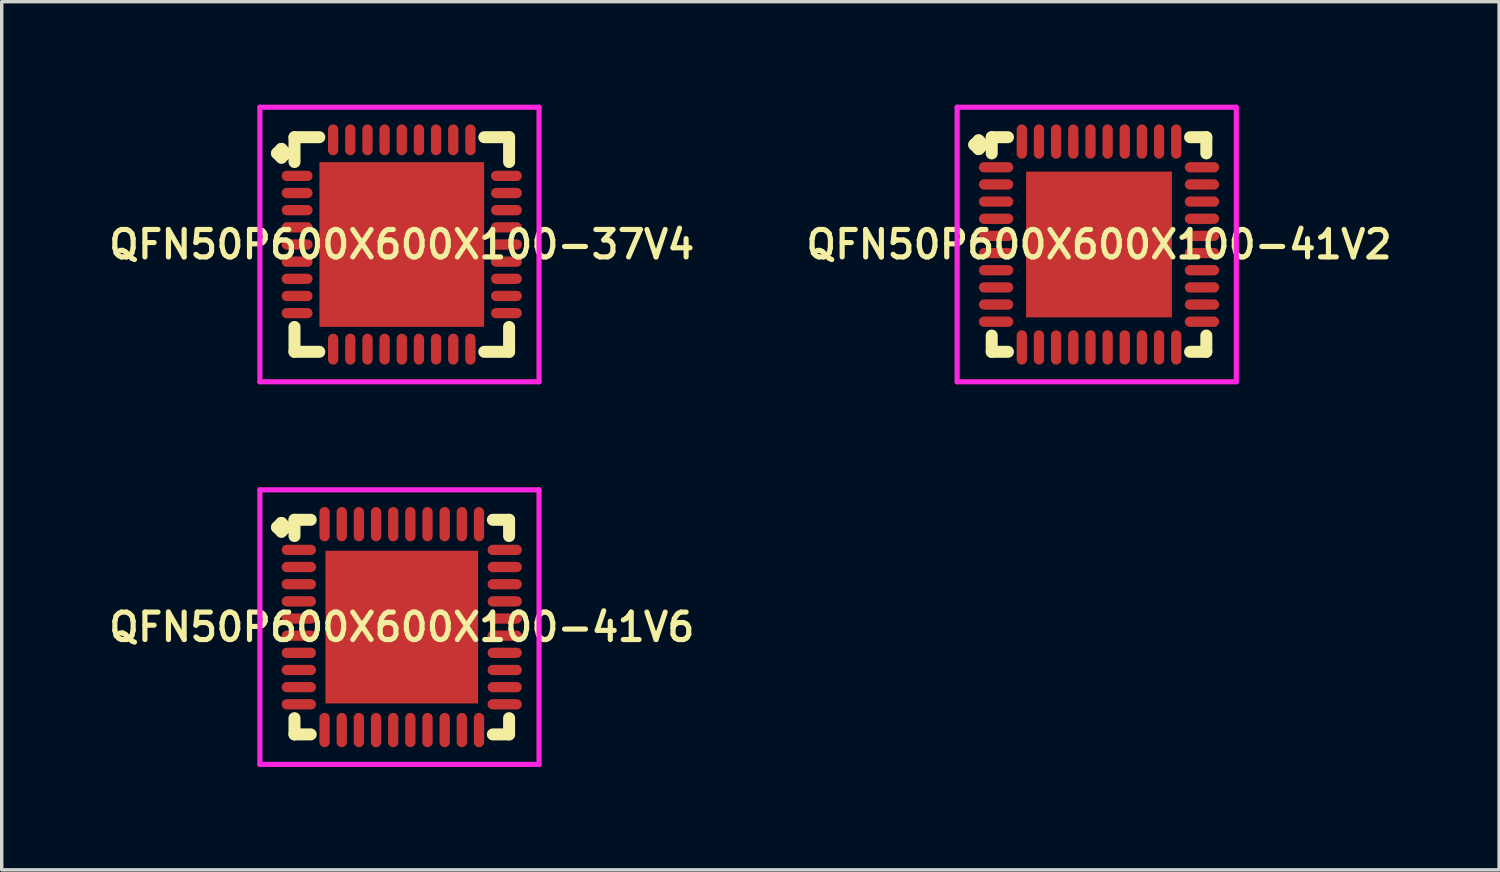
<source format=kicad_pcb>
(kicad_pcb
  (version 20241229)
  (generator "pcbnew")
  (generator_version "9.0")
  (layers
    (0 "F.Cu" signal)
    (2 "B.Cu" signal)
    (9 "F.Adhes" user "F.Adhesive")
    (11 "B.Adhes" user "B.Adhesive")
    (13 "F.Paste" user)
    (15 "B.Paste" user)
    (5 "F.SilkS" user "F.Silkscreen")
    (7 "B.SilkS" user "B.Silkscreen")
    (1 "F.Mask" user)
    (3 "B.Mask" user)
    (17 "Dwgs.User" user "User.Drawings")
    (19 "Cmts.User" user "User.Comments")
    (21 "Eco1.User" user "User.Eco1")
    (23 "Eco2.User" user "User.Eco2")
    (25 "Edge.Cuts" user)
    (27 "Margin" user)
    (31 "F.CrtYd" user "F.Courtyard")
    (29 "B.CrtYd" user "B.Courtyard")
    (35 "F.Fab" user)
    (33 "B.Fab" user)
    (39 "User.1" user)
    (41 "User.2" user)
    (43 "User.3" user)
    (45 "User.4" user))
  (footprint "QFN50P600X600X100-37V4"
    (layer "F.Cu")
    (at 8.659 4.075)
    (property "Reference" "QFN50P600X600X100-37V4" (at 0 0 0) (layer "F.SilkS") (effects (font (size 0.8 0.8) (thickness 0.15))))
    (attr smd)
    (fp_line (start -3.635 -2.658) (end -3.508 -2.785) (stroke (width 0.35) (type solid)) (layer "F.SilkS"))
    (fp_line (start -3.508 -2.785) (end -3.381 -2.658) (stroke (width 0.35) (type solid)) (layer "F.SilkS"))
    (fp_line (start -3.508 -2.531) (end -3.635 -2.658) (stroke (width 0.35) (type solid)) (layer "F.SilkS"))
    (fp_line (start -3.381 -2.658) (end -3.508 -2.531) (stroke (width 0.35) (type solid)) (layer "F.SilkS"))
    (fp_line (start -3.127 -3.127) (end -2.404 -3.127) (stroke (width 0.35) (type solid)) (layer "F.SilkS"))
    (fp_line (start -3.127 -2.404) (end -3.127 -3.127) (stroke (width 0.35) (type solid)) (layer "F.SilkS"))
    (fp_line (start -3.127 2.404) (end -3.127 3.127) (stroke (width 0.35) (type solid)) (layer "F.SilkS"))
    (fp_line (start -3.127 3.127) (end -2.404 3.127) (stroke (width 0.35) (type solid)) (layer "F.SilkS"))
    (fp_line (start 2.404 -3.127) (end 3.127 -3.127) (stroke (width 0.35) (type solid)) (layer "F.SilkS"))
    (fp_line (start 2.404 3.127) (end 3.127 3.127) (stroke (width 0.35) (type solid)) (layer "F.SilkS"))
    (fp_line (start 3.127 -3.127) (end 3.127 -2.404) (stroke (width 0.35) (type solid)) (layer "F.SilkS"))
    (fp_line (start 3.127 3.127) (end 3.127 2.404) (stroke (width 0.35) (type solid)) (layer "F.SilkS"))
    (fp_line (start -4.135 -4) (end 4 -4) (stroke (width 0.15) (type solid)) (layer "F.CrtYd"))
    (fp_line (start -4.135 4) (end -4.135 -4) (stroke (width 0.15) (type solid)) (layer "F.CrtYd"))
    (fp_line (start 4 -4) (end 4 4) (stroke (width 0.15) (type solid)) (layer "F.CrtYd"))
    (fp_line (start 4 4) (end -4.135 4) (stroke (width 0.15) (type solid)) (layer "F.CrtYd"))
    (pad "1" smd oval (at -3.05 -2) (size 0.9 0.3) (layers "F.Cu" "F.Mask" "F.Paste"))
    (pad "2" smd oval (at -3.05 -1.5) (size 0.9 0.3) (layers "F.Cu" "F.Mask" "F.Paste"))
    (pad "3" smd oval (at -3.05 -1) (size 0.9 0.3) (layers "F.Cu" "F.Mask" "F.Paste"))
    (pad "4" smd oval (at -3.05 -0.5) (size 0.9 0.3) (layers "F.Cu" "F.Mask" "F.Paste"))
    (pad "5" smd oval (at -3.05 0) (size 0.9 0.3) (layers "F.Cu" "F.Mask" "F.Paste"))
    (pad "6" smd oval (at -3.05 0.5) (size 0.9 0.3) (layers "F.Cu" "F.Mask" "F.Paste"))
    (pad "7" smd oval (at -3.05 1) (size 0.9 0.3) (layers "F.Cu" "F.Mask" "F.Paste"))
    (pad "8" smd oval (at -3.05 1.5) (size 0.9 0.3) (layers "F.Cu" "F.Mask" "F.Paste"))
    (pad "9" smd oval (at -3.05 2) (size 0.9 0.3) (layers "F.Cu" "F.Mask" "F.Paste"))
    (pad "10" smd oval (at -2 3.05) (size 0.3 0.9) (layers "F.Cu" "F.Mask" "F.Paste"))
    (pad "11" smd oval (at -1.5 3.05) (size 0.3 0.9) (layers "F.Cu" "F.Mask" "F.Paste"))
    (pad "12" smd oval (at -1 3.05) (size 0.3 0.9) (layers "F.Cu" "F.Mask" "F.Paste"))
    (pad "13" smd oval (at -0.5 3.05) (size 0.3 0.9) (layers "F.Cu" "F.Mask" "F.Paste"))
    (pad "14" smd oval (at 0 3.05) (size 0.3 0.9) (layers "F.Cu" "F.Mask" "F.Paste"))
    (pad "15" smd oval (at 0.5 3.05) (size 0.3 0.9) (layers "F.Cu" "F.Mask" "F.Paste"))
    (pad "16" smd oval (at 1 3.05) (size 0.3 0.9) (layers "F.Cu" "F.Mask" "F.Paste"))
    (pad "17" smd oval (at 1.5 3.05) (size 0.3 0.9) (layers "F.Cu" "F.Mask" "F.Paste"))
    (pad "18" smd oval (at 2 3.05) (size 0.3 0.9) (layers "F.Cu" "F.Mask" "F.Paste"))
    (pad "19" smd oval (at 3.05 2) (size 0.9 0.3) (layers "F.Cu" "F.Mask" "F.Paste"))
    (pad "20" smd oval (at 3.05 1.5) (size 0.9 0.3) (layers "F.Cu" "F.Mask" "F.Paste"))
    (pad "21" smd oval (at 3.05 1) (size 0.9 0.3) (layers "F.Cu" "F.Mask" "F.Paste"))
    (pad "22" smd oval (at 3.05 0.5) (size 0.9 0.3) (layers "F.Cu" "F.Mask" "F.Paste"))
    (pad "23" smd oval (at 3.05 0) (size 0.9 0.3) (layers "F.Cu" "F.Mask" "F.Paste"))
    (pad "24" smd oval (at 3.05 -0.5) (size 0.9 0.3) (layers "F.Cu" "F.Mask" "F.Paste"))
    (pad "25" smd oval (at 3.05 -1) (size 0.9 0.3) (layers "F.Cu" "F.Mask" "F.Paste"))
    (pad "26" smd oval (at 3.05 -1.5) (size 0.9 0.3) (layers "F.Cu" "F.Mask" "F.Paste"))
    (pad "27" smd oval (at 3.05 -2) (size 0.9 0.3) (layers "F.Cu" "F.Mask" "F.Paste"))
    (pad "28" smd oval (at 2 -3.05) (size 0.3 0.9) (layers "F.Cu" "F.Mask" "F.Paste"))
    (pad "29" smd oval (at 1.5 -3.05) (size 0.3 0.9) (layers "F.Cu" "F.Mask" "F.Paste"))
    (pad "30" smd oval (at 1 -3.05) (size 0.3 0.9) (layers "F.Cu" "F.Mask" "F.Paste"))
    (pad "31" smd oval (at 0.5 -3.05) (size 0.3 0.9) (layers "F.Cu" "F.Mask" "F.Paste"))
    (pad "32" smd oval (at 0 -3.05) (size 0.3 0.9) (layers "F.Cu" "F.Mask" "F.Paste"))
    (pad "33" smd oval (at -0.5 -3.05) (size 0.3 0.9) (layers "F.Cu" "F.Mask" "F.Paste"))
    (pad "34" smd oval (at -1 -3.05) (size 0.3 0.9) (layers "F.Cu" "F.Mask" "F.Paste"))
    (pad "35" smd oval (at -1.5 -3.05) (size 0.3 0.9) (layers "F.Cu" "F.Mask" "F.Paste"))
    (pad "36" smd oval (at -2 -3.05) (size 0.3 0.9) (layers "F.Cu" "F.Mask" "F.Paste"))
    (pad "37" smd rect (at 0 0) (size 4.8 4.8) (layers "F.Cu" "F.Mask" "F.Paste")))
  (footprint "QFN50P600X600X100-41V2"
    (layer "F.Cu")
    (at 28.978 4.075)
    (property "Reference" "QFN50P600X600X100-41V2" (at 0 0 0) (layer "F.SilkS") (effects (font (size 0.8 0.8) (thickness 0.15))))
    (attr smd)
    (fp_line (start -3.635 -2.908) (end -3.508 -3.035) (stroke (width 0.35) (type solid)) (layer "F.SilkS"))
    (fp_line (start -3.508 -3.035) (end -3.381 -2.908) (stroke (width 0.35) (type solid)) (layer "F.SilkS"))
    (fp_line (start -3.508 -2.781) (end -3.635 -2.908) (stroke (width 0.35) (type solid)) (layer "F.SilkS"))
    (fp_line (start -3.381 -2.908) (end -3.508 -2.781) (stroke (width 0.35) (type solid)) (layer "F.SilkS"))
    (fp_line (start -3.127 -3.127) (end -2.654 -3.127) (stroke (width 0.35) (type solid)) (layer "F.SilkS"))
    (fp_line (start -3.127 -2.654) (end -3.127 -3.127) (stroke (width 0.35) (type solid)) (layer "F.SilkS"))
    (fp_line (start -3.127 2.654) (end -3.127 3.127) (stroke (width 0.35) (type solid)) (layer "F.SilkS"))
    (fp_line (start -3.127 3.127) (end -2.654 3.127) (stroke (width 0.35) (type solid)) (layer "F.SilkS"))
    (fp_line (start 2.654 -3.127) (end 3.127 -3.127) (stroke (width 0.35) (type solid)) (layer "F.SilkS"))
    (fp_line (start 2.654 3.127) (end 3.127 3.127) (stroke (width 0.35) (type solid)) (layer "F.SilkS"))
    (fp_line (start 3.127 -3.127) (end 3.127 -2.654) (stroke (width 0.35) (type solid)) (layer "F.SilkS"))
    (fp_line (start 3.127 3.127) (end 3.127 2.654) (stroke (width 0.35) (type solid)) (layer "F.SilkS"))
    (fp_line (start -4.135 -4) (end 4 -4) (stroke (width 0.15) (type solid)) (layer "F.CrtYd"))
    (fp_line (start -4.135 4) (end -4.135 -4) (stroke (width 0.15) (type solid)) (layer "F.CrtYd"))
    (fp_line (start 4 -4) (end 4 4) (stroke (width 0.15) (type solid)) (layer "F.CrtYd"))
    (fp_line (start 4 4) (end -4.135 4) (stroke (width 0.15) (type solid)) (layer "F.CrtYd"))
    (pad "1" smd oval (at -3 -2.25) (size 1 0.3) (layers "F.Cu" "F.Mask" "F.Paste"))
    (pad "2" smd oval (at -3 -1.75) (size 1 0.3) (layers "F.Cu" "F.Mask" "F.Paste"))
    (pad "3" smd oval (at -3 -1.25) (size 1 0.3) (layers "F.Cu" "F.Mask" "F.Paste"))
    (pad "4" smd oval (at -3 -0.75) (size 1 0.3) (layers "F.Cu" "F.Mask" "F.Paste"))
    (pad "5" smd oval (at -3 -0.25) (size 1 0.3) (layers "F.Cu" "F.Mask" "F.Paste"))
    (pad "6" smd oval (at -3 0.25) (size 1 0.3) (layers "F.Cu" "F.Mask" "F.Paste"))
    (pad "7" smd oval (at -3 0.75) (size 1 0.3) (layers "F.Cu" "F.Mask" "F.Paste"))
    (pad "8" smd oval (at -3 1.25) (size 1 0.3) (layers "F.Cu" "F.Mask" "F.Paste"))
    (pad "9" smd oval (at -3 1.75) (size 1 0.3) (layers "F.Cu" "F.Mask" "F.Paste"))
    (pad "10" smd oval (at -3 2.25) (size 1 0.3) (layers "F.Cu" "F.Mask" "F.Paste"))
    (pad "11" smd oval (at -2.25 3) (size 0.3 1) (layers "F.Cu" "F.Mask" "F.Paste"))
    (pad "12" smd oval (at -1.75 3) (size 0.3 1) (layers "F.Cu" "F.Mask" "F.Paste"))
    (pad "13" smd oval (at -1.25 3) (size 0.3 1) (layers "F.Cu" "F.Mask" "F.Paste"))
    (pad "14" smd oval (at -0.75 3) (size 0.3 1) (layers "F.Cu" "F.Mask" "F.Paste"))
    (pad "15" smd oval (at -0.25 3) (size 0.3 1) (layers "F.Cu" "F.Mask" "F.Paste"))
    (pad "16" smd oval (at 0.25 3) (size 0.3 1) (layers "F.Cu" "F.Mask" "F.Paste"))
    (pad "17" smd oval (at 0.75 3) (size 0.3 1) (layers "F.Cu" "F.Mask" "F.Paste"))
    (pad "18" smd oval (at 1.25 3) (size 0.3 1) (layers "F.Cu" "F.Mask" "F.Paste"))
    (pad "19" smd oval (at 1.75 3) (size 0.3 1) (layers "F.Cu" "F.Mask" "F.Paste"))
    (pad "20" smd oval (at 2.25 3) (size 0.3 1) (layers "F.Cu" "F.Mask" "F.Paste"))
    (pad "21" smd oval (at 3 2.25) (size 1 0.3) (layers "F.Cu" "F.Mask" "F.Paste"))
    (pad "22" smd oval (at 3 1.75) (size 1 0.3) (layers "F.Cu" "F.Mask" "F.Paste"))
    (pad "23" smd oval (at 3 1.25) (size 1 0.3) (layers "F.Cu" "F.Mask" "F.Paste"))
    (pad "24" smd oval (at 3 0.75) (size 1 0.3) (layers "F.Cu" "F.Mask" "F.Paste"))
    (pad "25" smd oval (at 3 0.25) (size 1 0.3) (layers "F.Cu" "F.Mask" "F.Paste"))
    (pad "26" smd oval (at 3 -0.25) (size 1 0.3) (layers "F.Cu" "F.Mask" "F.Paste"))
    (pad "27" smd oval (at 3 -0.75) (size 1 0.3) (layers "F.Cu" "F.Mask" "F.Paste"))
    (pad "28" smd oval (at 3 -1.25) (size 1 0.3) (layers "F.Cu" "F.Mask" "F.Paste"))
    (pad "29" smd oval (at 3 -1.75) (size 1 0.3) (layers "F.Cu" "F.Mask" "F.Paste"))
    (pad "30" smd oval (at 3 -2.25) (size 1 0.3) (layers "F.Cu" "F.Mask" "F.Paste"))
    (pad "31" smd oval (at 2.25 -3) (size 0.3 1) (layers "F.Cu" "F.Mask" "F.Paste"))
    (pad "32" smd oval (at 1.75 -3) (size 0.3 1) (layers "F.Cu" "F.Mask" "F.Paste"))
    (pad "33" smd oval (at 1.25 -3) (size 0.3 1) (layers "F.Cu" "F.Mask" "F.Paste"))
    (pad "34" smd oval (at 0.75 -3) (size 0.3 1) (layers "F.Cu" "F.Mask" "F.Paste"))
    (pad "35" smd oval (at 0.25 -3) (size 0.3 1) (layers "F.Cu" "F.Mask" "F.Paste"))
    (pad "36" smd oval (at -0.25 -3) (size 0.3 1) (layers "F.Cu" "F.Mask" "F.Paste"))
    (pad "37" smd oval (at -0.75 -3) (size 0.3 1) (layers "F.Cu" "F.Mask" "F.Paste"))
    (pad "38" smd oval (at -1.25 -3) (size 0.3 1) (layers "F.Cu" "F.Mask" "F.Paste"))
    (pad "39" smd oval (at -1.75 -3) (size 0.3 1) (layers "F.Cu" "F.Mask" "F.Paste"))
    (pad "40" smd oval (at -2.25 -3) (size 0.3 1) (layers "F.Cu" "F.Mask" "F.Paste"))
    (pad "41" smd rect (at 0 0) (size 4.25 4.25) (layers "F.Cu" "F.Mask" "F.Paste")))
  (footprint "QFN50P600X600X100-41V6"
    (layer "F.Cu")
    (at 8.659 15.225)
    (property "Reference" "QFN50P600X600X100-41V6" (at 0 0 0) (layer "F.SilkS") (effects (font (size 0.8 0.8) (thickness 0.15))))
    (attr smd)
    (fp_line (start -3.635 -2.908) (end -3.508 -3.035) (stroke (width 0.35) (type solid)) (layer "F.SilkS"))
    (fp_line (start -3.508 -3.035) (end -3.381 -2.908) (stroke (width 0.35) (type solid)) (layer "F.SilkS"))
    (fp_line (start -3.508 -2.781) (end -3.635 -2.908) (stroke (width 0.35) (type solid)) (layer "F.SilkS"))
    (fp_line (start -3.381 -2.908) (end -3.508 -2.781) (stroke (width 0.35) (type solid)) (layer "F.SilkS"))
    (fp_line (start -3.127 -3.127) (end -2.654 -3.127) (stroke (width 0.35) (type solid)) (layer "F.SilkS"))
    (fp_line (start -3.127 -2.654) (end -3.127 -3.127) (stroke (width 0.35) (type solid)) (layer "F.SilkS"))
    (fp_line (start -3.127 2.654) (end -3.127 3.127) (stroke (width 0.35) (type solid)) (layer "F.SilkS"))
    (fp_line (start -3.127 3.127) (end -2.654 3.127) (stroke (width 0.35) (type solid)) (layer "F.SilkS"))
    (fp_line (start 2.654 -3.127) (end 3.127 -3.127) (stroke (width 0.35) (type solid)) (layer "F.SilkS"))
    (fp_line (start 2.654 3.127) (end 3.127 3.127) (stroke (width 0.35) (type solid)) (layer "F.SilkS"))
    (fp_line (start 3.127 -3.127) (end 3.127 -2.654) (stroke (width 0.35) (type solid)) (layer "F.SilkS"))
    (fp_line (start 3.127 3.127) (end 3.127 2.654) (stroke (width 0.35) (type solid)) (layer "F.SilkS"))
    (fp_line (start -4.135 -4) (end 4 -4) (stroke (width 0.15) (type solid)) (layer "F.CrtYd"))
    (fp_line (start -4.135 4) (end -4.135 -4) (stroke (width 0.15) (type solid)) (layer "F.CrtYd"))
    (fp_line (start 4 -4) (end 4 4) (stroke (width 0.15) (type solid)) (layer "F.CrtYd"))
    (fp_line (start 4 4) (end -4.135 4) (stroke (width 0.15) (type solid)) (layer "F.CrtYd"))
    (pad "1" smd oval (at -3 -2.25) (size 1 0.3) (layers "F.Cu" "F.Mask" "F.Paste"))
    (pad "2" smd oval (at -3 -1.75) (size 1 0.3) (layers "F.Cu" "F.Mask" "F.Paste"))
    (pad "3" smd oval (at -3 -1.25) (size 1 0.3) (layers "F.Cu" "F.Mask" "F.Paste"))
    (pad "4" smd oval (at -3 -0.75) (size 1 0.3) (layers "F.Cu" "F.Mask" "F.Paste"))
    (pad "5" smd oval (at -3 -0.25) (size 1 0.3) (layers "F.Cu" "F.Mask" "F.Paste"))
    (pad "6" smd oval (at -3 0.25) (size 1 0.3) (layers "F.Cu" "F.Mask" "F.Paste"))
    (pad "7" smd oval (at -3 0.75) (size 1 0.3) (layers "F.Cu" "F.Mask" "F.Paste"))
    (pad "8" smd oval (at -3 1.25) (size 1 0.3) (layers "F.Cu" "F.Mask" "F.Paste"))
    (pad "9" smd oval (at -3 1.75) (size 1 0.3) (layers "F.Cu" "F.Mask" "F.Paste"))
    (pad "10" smd oval (at -3 2.25) (size 1 0.3) (layers "F.Cu" "F.Mask" "F.Paste"))
    (pad "11" smd oval (at -2.25 3) (size 0.3 1) (layers "F.Cu" "F.Mask" "F.Paste"))
    (pad "12" smd oval (at -1.75 3) (size 0.3 1) (layers "F.Cu" "F.Mask" "F.Paste"))
    (pad "13" smd oval (at -1.25 3) (size 0.3 1) (layers "F.Cu" "F.Mask" "F.Paste"))
    (pad "14" smd oval (at -0.75 3) (size 0.3 1) (layers "F.Cu" "F.Mask" "F.Paste"))
    (pad "15" smd oval (at -0.25 3) (size 0.3 1) (layers "F.Cu" "F.Mask" "F.Paste"))
    (pad "16" smd oval (at 0.25 3) (size 0.3 1) (layers "F.Cu" "F.Mask" "F.Paste"))
    (pad "17" smd oval (at 0.75 3) (size 0.3 1) (layers "F.Cu" "F.Mask" "F.Paste"))
    (pad "18" smd oval (at 1.25 3) (size 0.3 1) (layers "F.Cu" "F.Mask" "F.Paste"))
    (pad "19" smd oval (at 1.75 3) (size 0.3 1) (layers "F.Cu" "F.Mask" "F.Paste"))
    (pad "20" smd oval (at 2.25 3) (size 0.3 1) (layers "F.Cu" "F.Mask" "F.Paste"))
    (pad "21" smd oval (at 3 2.25) (size 1 0.3) (layers "F.Cu" "F.Mask" "F.Paste"))
    (pad "22" smd oval (at 3 1.75) (size 1 0.3) (layers "F.Cu" "F.Mask" "F.Paste"))
    (pad "23" smd oval (at 3 1.25) (size 1 0.3) (layers "F.Cu" "F.Mask" "F.Paste"))
    (pad "24" smd oval (at 3 0.75) (size 1 0.3) (layers "F.Cu" "F.Mask" "F.Paste"))
    (pad "25" smd oval (at 3 0.25) (size 1 0.3) (layers "F.Cu" "F.Mask" "F.Paste"))
    (pad "26" smd oval (at 3 -0.25) (size 1 0.3) (layers "F.Cu" "F.Mask" "F.Paste"))
    (pad "27" smd oval (at 3 -0.75) (size 1 0.3) (layers "F.Cu" "F.Mask" "F.Paste"))
    (pad "28" smd oval (at 3 -1.25) (size 1 0.3) (layers "F.Cu" "F.Mask" "F.Paste"))
    (pad "29" smd oval (at 3 -1.75) (size 1 0.3) (layers "F.Cu" "F.Mask" "F.Paste"))
    (pad "30" smd oval (at 3 -2.25) (size 1 0.3) (layers "F.Cu" "F.Mask" "F.Paste"))
    (pad "31" smd oval (at 2.25 -3) (size 0.3 1) (layers "F.Cu" "F.Mask" "F.Paste"))
    (pad "32" smd oval (at 1.75 -3) (size 0.3 1) (layers "F.Cu" "F.Mask" "F.Paste"))
    (pad "33" smd oval (at 1.25 -3) (size 0.3 1) (layers "F.Cu" "F.Mask" "F.Paste"))
    (pad "34" smd oval (at 0.75 -3) (size 0.3 1) (layers "F.Cu" "F.Mask" "F.Paste"))
    (pad "35" smd oval (at 0.25 -3) (size 0.3 1) (layers "F.Cu" "F.Mask" "F.Paste"))
    (pad "36" smd oval (at -0.25 -3) (size 0.3 1) (layers "F.Cu" "F.Mask" "F.Paste"))
    (pad "37" smd oval (at -0.75 -3) (size 0.3 1) (layers "F.Cu" "F.Mask" "F.Paste"))
    (pad "38" smd oval (at -1.25 -3) (size 0.3 1) (layers "F.Cu" "F.Mask" "F.Paste"))
    (pad "39" smd oval (at -1.75 -3) (size 0.3 1) (layers "F.Cu" "F.Mask" "F.Paste"))
    (pad "40" smd oval (at -2.25 -3) (size 0.3 1) (layers "F.Cu" "F.Mask" "F.Paste"))
    (pad "41" smd rect (at 0 0) (size 4.45 4.45) (layers "F.Cu" "F.Mask" "F.Paste")))
  (gr_rect
    (start -3 -3)
    (end 40.637 22.3)
    (stroke (width 0.1) (type default))
    (fill no)
    (layer "Edge.Cuts")))
</source>
